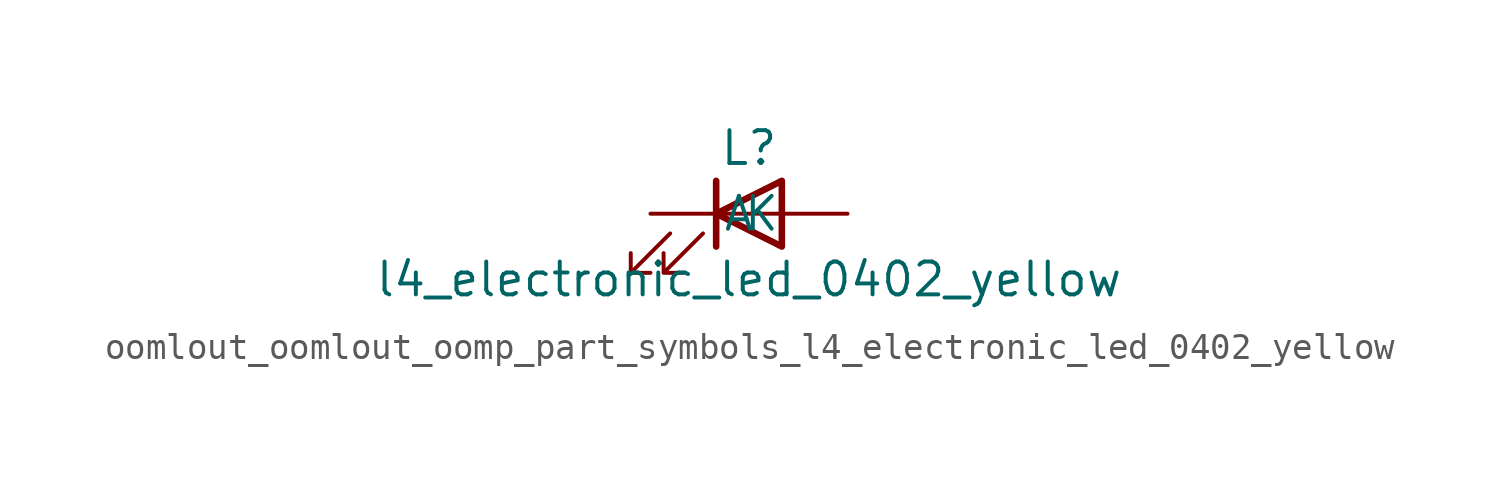
<source format=kicad_sym>
(kicad_symbol_lib
  (version 20220914)
  (generator kicad_symbol_editor)
  (symbol "oomlout_oomlout_oomp_part_symbols_l4_electronic_led_0402_yellow"
    (pin_numbers hide)
    (pin_names
      (offset 1.016))
    (property "Reference" "L"
      (at 0 2.54 0)
      (effects (font (size 1.27 1.27))))
    (property "Value" "l4_electronic_led_0402_yellow"
      (at 0 -2.54 0)
      (effects (font (size 1.27 1.27))))
    (symbol "oomlout_oomlout_oomp_part_symbols_l4_electronic_led_0402_yellow_0_1"
      (polyline (pts (xy -1.27 -1.27) (xy -1.27 1.27)) (stroke (width 0.254) (type default)) (fill (type none)))
      (polyline (pts (xy -1.27 0) (xy 1.27 0)) (stroke (width 0) (type default)) (fill (type none)))
      (polyline (pts (xy 1.27 -1.27) (xy 1.27 1.27) (xy -1.27 0) (xy 1.27 -1.27)) (stroke (width 0.254) (type default)) (fill (type none)))
      (polyline (pts (xy -3.048 -0.762) (xy -4.572 -2.286) (xy -3.81 -2.286) (xy -4.572 -2.286) (xy -4.572 -1.524)) (stroke (width 0) (type default)) (fill (type none)))
      (polyline (pts (xy -1.778 -0.762) (xy -3.302 -2.286) (xy -2.54 -2.286) (xy -3.302 -2.286) (xy -3.302 -1.524)) (stroke (width 0) (type default)) (fill (type none))))
    (symbol "oomlout_oomlout_oomp_part_symbols_l4_electronic_led_0402_yellow_1_1"
      (pin passive line (at -3.81 0 0) (length 2.54) (name "K" (effects (font (size 1.27 1.27)))) (number "1" (effects (font (size 1.27 1.27)))))
      (pin passive line (at 3.81 0 180) (length 2.54) (name "A" (effects (font (size 1.27 1.27)))) (number "2" (effects (font (size 1.27 1.27))))))))
</source>
